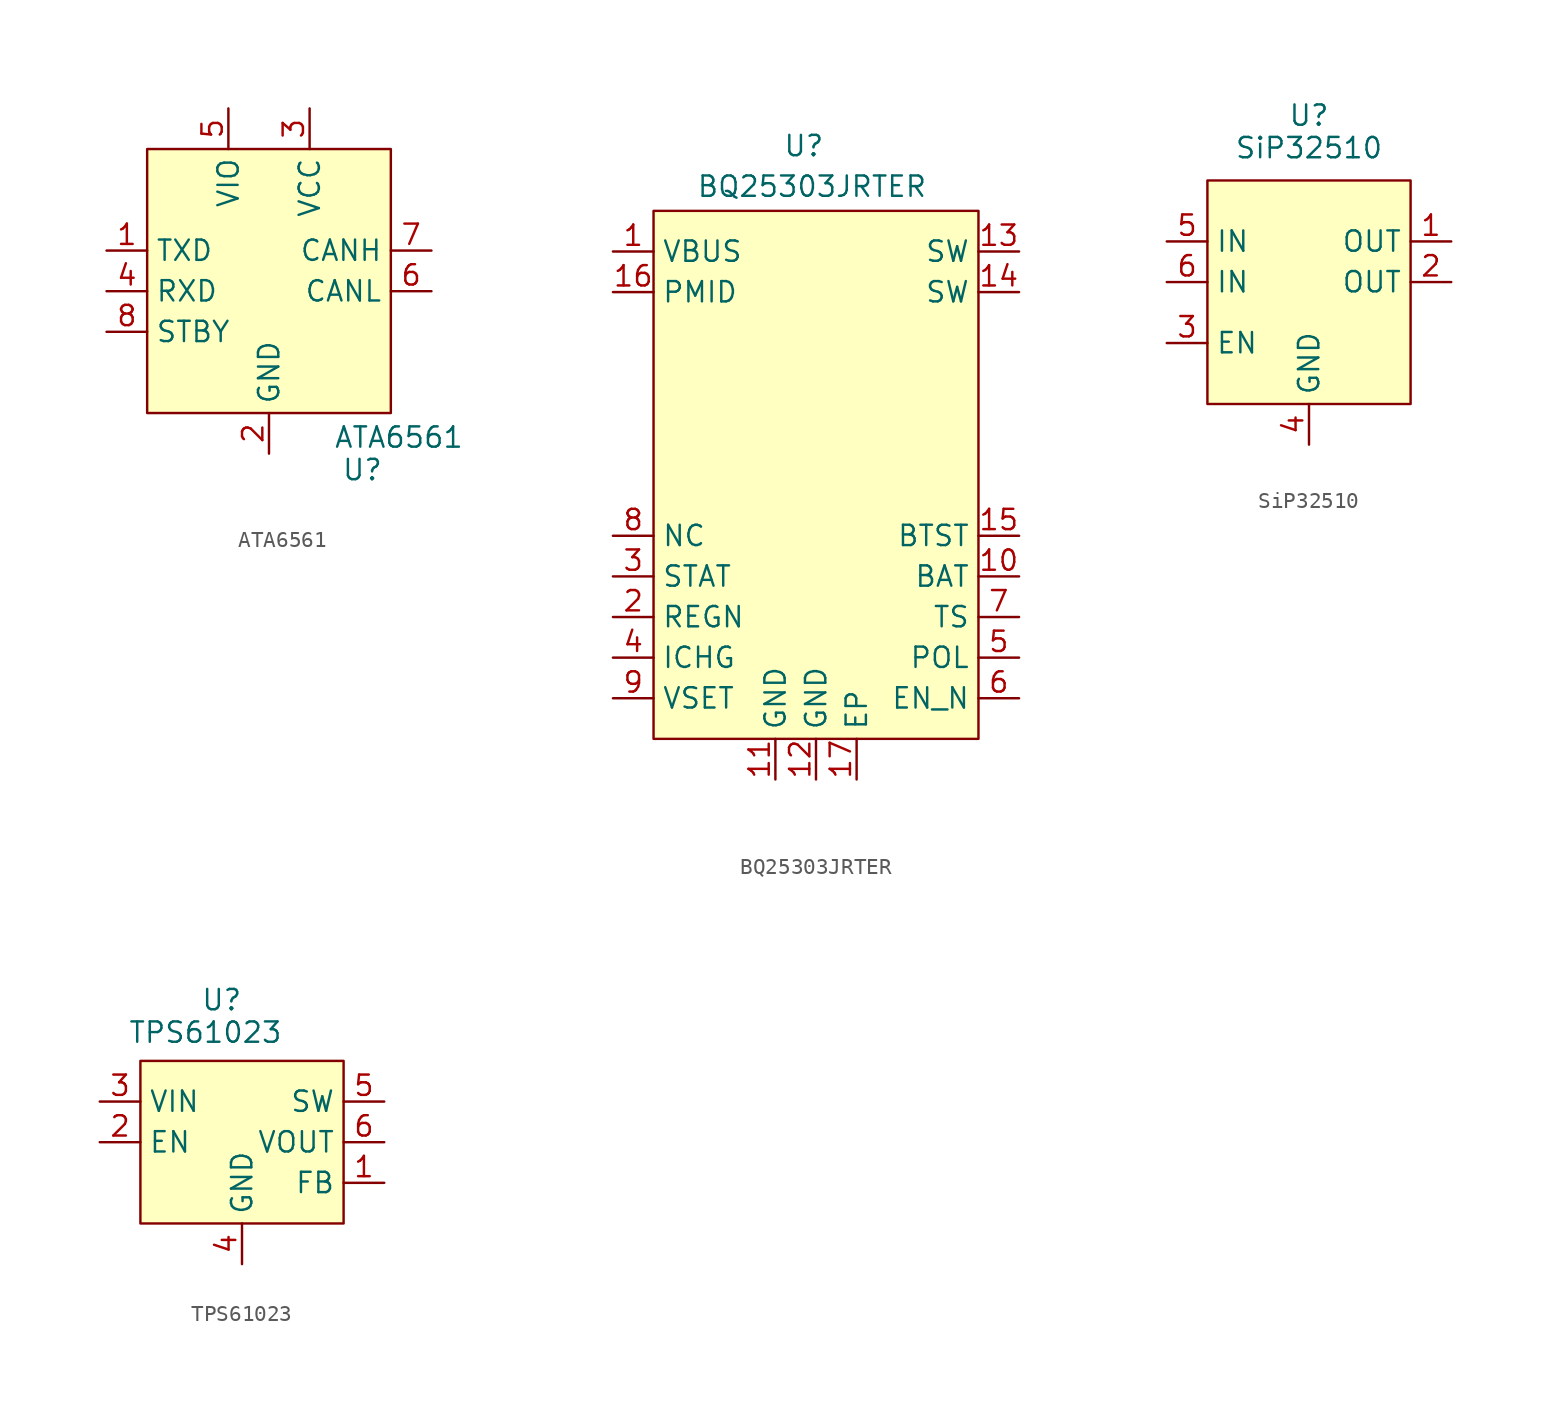
<source format=kicad_sym>
(kicad_symbol_lib
  (version 20231120)
  (generator "kicad_symbol_editor")
  (generator_version "8.0")
  (symbol "ATA6561"
    (property "Reference" "U"
      (at 4.572 -14.986 0)
      (effects (font (size 1.27 1.27))))
    (property "Value" "ATA6561"
      (at 6.858 -12.954 0)
      (effects (font (size 1.27 1.27))))
    (symbol "ATA6561_0_0"
      (pin unspecified line (at -11.43 -1.27 0) (length 2.54) (name "TXD" (effects (font (size 1.27 1.27)))) (number "1" (effects (font (size 1.27 1.27)))))
      (pin unspecified line (at -1.27 -13.97 90) (length 2.54) (name "GND" (effects (font (size 1.27 1.27)))) (number "2" (effects (font (size 1.27 1.27)))))
      (pin unspecified line (at 1.27 7.62 270) (length 2.54) (name "VCC" (effects (font (size 1.27 1.27)))) (number "3" (effects (font (size 1.27 1.27)))))
      (pin unspecified line (at -11.43 -3.81 0) (length 2.54) (name "RXD" (effects (font (size 1.27 1.27)))) (number "4" (effects (font (size 1.27 1.27)))))
      (pin unspecified line (at -3.81 7.62 270) (length 2.54) (name "VIO" (effects (font (size 1.27 1.27)))) (number "5" (effects (font (size 1.27 1.27)))))
      (pin unspecified line (at 8.89 -3.81 180) (length 2.54) (name "CANL" (effects (font (size 1.27 1.27)))) (number "6" (effects (font (size 1.27 1.27)))))
      (pin unspecified line (at 8.89 -1.27 180) (length 2.54) (name "CANH" (effects (font (size 1.27 1.27)))) (number "7" (effects (font (size 1.27 1.27)))))
      (pin unspecified line (at -11.43 -6.35 0) (length 2.54) (name "STBY" (effects (font (size 1.27 1.27)))) (number "8" (effects (font (size 1.27 1.27))))))
    (symbol "ATA6561_1_1"
      (rectangle (start -8.89 5.08) (end 6.35 -11.43) (stroke (width 0) (type default)) (fill (type background)))))
  (symbol "BQ25303JRTER"
    (property "Reference" "U"
      (at 0.508 -1.016 0)
      (effects (font (size 1.27 1.27))))
    (property "Value" "BQ25303JRTER"
      (at 1.016 -3.556 0)
      (effects (font (size 1.27 1.27))))
    (symbol "BQ25303JRTER_0_0"
      (pin unspecified line (at -11.43 -7.62 0) (length 2.54) (name "VBUS" (effects (font (size 1.27 1.27)))) (number "1" (effects (font (size 1.27 1.27)))))
      (pin unspecified line (at 13.97 -27.94 180) (length 2.54) (name "BAT" (effects (font (size 1.27 1.27)))) (number "10" (effects (font (size 1.27 1.27)))))
      (pin unspecified line (at -1.27 -40.64 90) (length 2.54) (name "GND" (effects (font (size 1.27 1.27)))) (number "11" (effects (font (size 1.27 1.27)))))
      (pin unspecified line (at 1.27 -40.64 90) (length 2.54) (name "GND" (effects (font (size 1.27 1.27)))) (number "12" (effects (font (size 1.27 1.27)))))
      (pin unspecified line (at 13.97 -7.62 180) (length 2.54) (name "SW" (effects (font (size 1.27 1.27)))) (number "13" (effects (font (size 1.27 1.27)))))
      (pin unspecified line (at 13.97 -10.16 180) (length 2.54) (name "SW" (effects (font (size 1.27 1.27)))) (number "14" (effects (font (size 1.27 1.27)))))
      (pin unspecified line (at 13.97 -25.4 180) (length 2.54) (name "BTST" (effects (font (size 1.27 1.27)))) (number "15" (effects (font (size 1.27 1.27)))))
      (pin unspecified line (at -11.43 -10.16 0) (length 2.54) (name "PMID" (effects (font (size 1.27 1.27)))) (number "16" (effects (font (size 1.27 1.27)))))
      (pin unspecified line (at 3.81 -40.64 90) (length 2.54) (name "EP" (effects (font (size 1.27 1.27)))) (number "17" (effects (font (size 1.27 1.27)))))
      (pin unspecified line (at -11.43 -30.48 0) (length 2.54) (name "REGN" (effects (font (size 1.27 1.27)))) (number "2" (effects (font (size 1.27 1.27)))))
      (pin unspecified line (at -11.43 -27.94 0) (length 2.54) (name "STAT" (effects (font (size 1.27 1.27)))) (number "3" (effects (font (size 1.27 1.27)))))
      (pin unspecified line (at -11.43 -33.02 0) (length 2.54) (name "ICHG" (effects (font (size 1.27 1.27)))) (number "4" (effects (font (size 1.27 1.27)))))
      (pin unspecified line (at 13.97 -33.02 180) (length 2.54) (name "POL" (effects (font (size 1.27 1.27)))) (number "5" (effects (font (size 1.27 1.27)))))
      (pin unspecified line (at 13.97 -35.56 180) (length 2.54) (name "EN_N" (effects (font (size 1.27 1.27)))) (number "6" (effects (font (size 1.27 1.27)))))
      (pin unspecified line (at 13.97 -30.48 180) (length 2.54) (name "TS" (effects (font (size 1.27 1.27)))) (number "7" (effects (font (size 1.27 1.27)))))
      (pin unspecified line (at -11.43 -25.4 0) (length 2.54) (name "NC" (effects (font (size 1.27 1.27)))) (number "8" (effects (font (size 1.27 1.27)))))
      (pin unspecified line (at -11.43 -35.56 0) (length 2.54) (name "VSET" (effects (font (size 1.27 1.27)))) (number "9" (effects (font (size 1.27 1.27))))))
    (symbol "BQ25303JRTER_1_1"
      (rectangle (start -8.89 -5.08) (end 11.43 -38.1) (stroke (width 0) (type default)) (fill (type background)))))
  (symbol "SiP32510"
    (property "Reference" "U"
      (at 0 7.874 0)
      (effects (font (size 1.27 1.27))))
    (property "Value" "SiP32510"
      (at 0 5.842 0)
      (effects (font (size 1.27 1.27))))
    (symbol "SiP32510_0_0"
      (pin unspecified line (at 8.89 0 180) (length 2.54) (name "OUT" (effects (font (size 1.27 1.27)))) (number "1" (effects (font (size 1.27 1.27)))))
      (pin unspecified line (at 8.89 -2.54 180) (length 2.54) (name "OUT" (effects (font (size 1.27 1.27)))) (number "2" (effects (font (size 1.27 1.27)))))
      (pin unspecified line (at -8.89 -6.35 0) (length 2.54) (name "EN" (effects (font (size 1.27 1.27)))) (number "3" (effects (font (size 1.27 1.27)))))
      (pin unspecified line (at 0 -12.7 90) (length 2.54) (name "GND" (effects (font (size 1.27 1.27)))) (number "4" (effects (font (size 1.27 1.27)))))
      (pin unspecified line (at -8.89 0 0) (length 2.54) (name "IN" (effects (font (size 1.27 1.27)))) (number "5" (effects (font (size 1.27 1.27)))))
      (pin unspecified line (at -8.89 -2.54 0) (length 2.54) (name "IN" (effects (font (size 1.27 1.27)))) (number "6" (effects (font (size 1.27 1.27))))))
    (symbol "SiP32510_1_1"
      (rectangle (start -6.35 3.81) (end 6.35 -10.16) (stroke (width 0) (type default)) (fill (type background)))))
  (symbol "TPS61023"
    (property "Reference" "U"
      (at 0 8.89 0)
      (effects (font (size 1.27 1.27))))
    (property "Value" "TPS61023"
      (at -1.016 6.858 0)
      (effects (font (size 1.27 1.27))))
    (symbol "TPS61023_0_0"
      (pin unspecified line (at 10.16 -2.54 180) (length 2.54) (name "FB" (effects (font (size 1.27 1.27)))) (number "1" (effects (font (size 1.27 1.27)))))
      (pin unspecified line (at -7.62 0 0) (length 2.54) (name "EN" (effects (font (size 1.27 1.27)))) (number "2" (effects (font (size 1.27 1.27)))))
      (pin unspecified line (at -7.62 2.54 0) (length 2.54) (name "VIN" (effects (font (size 1.27 1.27)))) (number "3" (effects (font (size 1.27 1.27)))))
      (pin unspecified line (at 1.27 -7.62 90) (length 2.54) (name "GND" (effects (font (size 1.27 1.27)))) (number "4" (effects (font (size 1.27 1.27)))))
      (pin unspecified line (at 10.16 2.54 180) (length 2.54) (name "SW" (effects (font (size 1.27 1.27)))) (number "5" (effects (font (size 1.27 1.27))))))
    (symbol "TPS61023_1_0"
      (pin unspecified line (at 10.16 0 180) (length 2.54) (name "VOUT" (effects (font (size 1.27 1.27)))) (number "6" (effects (font (size 1.27 1.27))))))
    (symbol "TPS61023_1_1"
      (rectangle (start -5.08 5.08) (end 7.62 -5.08) (stroke (width 0) (type default)) (fill (type background))))))
</source>
